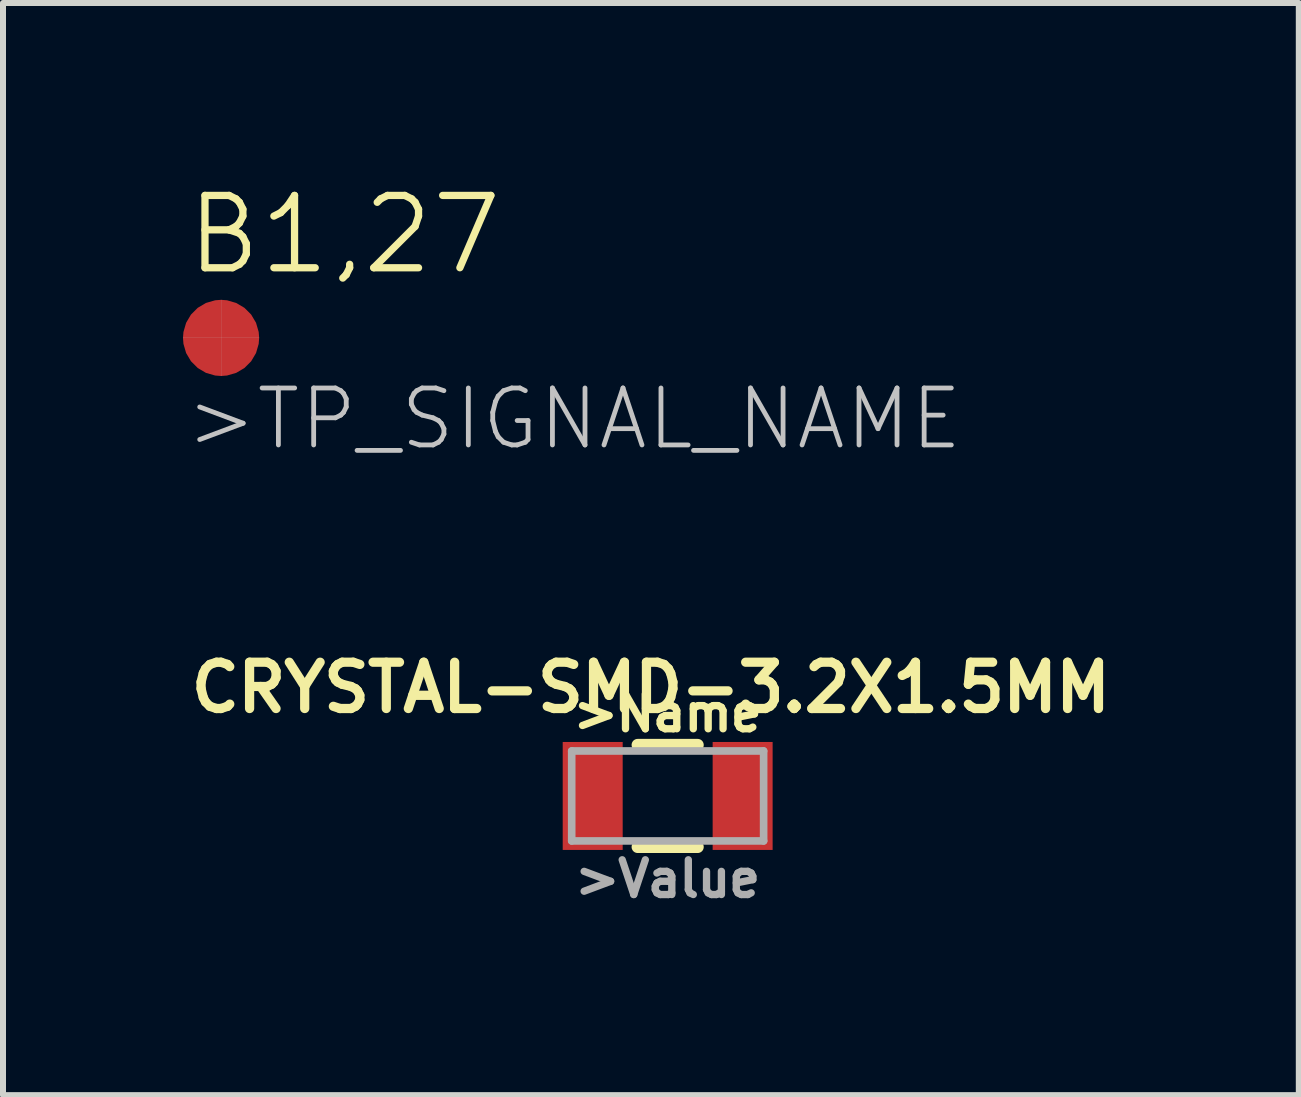
<source format=kicad_pcb>
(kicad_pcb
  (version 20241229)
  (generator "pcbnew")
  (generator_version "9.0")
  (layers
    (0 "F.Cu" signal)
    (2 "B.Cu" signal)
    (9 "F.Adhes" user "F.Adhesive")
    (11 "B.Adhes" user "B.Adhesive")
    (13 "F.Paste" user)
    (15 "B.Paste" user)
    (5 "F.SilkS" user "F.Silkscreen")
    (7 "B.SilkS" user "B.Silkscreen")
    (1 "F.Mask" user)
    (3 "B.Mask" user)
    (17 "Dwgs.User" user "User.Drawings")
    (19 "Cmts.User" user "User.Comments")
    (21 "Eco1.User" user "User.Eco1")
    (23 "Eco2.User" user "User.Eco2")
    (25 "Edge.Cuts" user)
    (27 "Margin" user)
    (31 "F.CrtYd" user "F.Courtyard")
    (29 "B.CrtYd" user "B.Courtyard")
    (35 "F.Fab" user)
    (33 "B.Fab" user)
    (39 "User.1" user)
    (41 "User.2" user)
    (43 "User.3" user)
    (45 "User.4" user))
  (footprint "B1,27"
    (layer "F.Cu")
    (at 0.636 2.584)
    (property "Reference" "B1,27" (at -0.635 -1.016 0) (layer "F.SilkS") (effects (font (size 1.206 1.206) (thickness 0.121)) (justify left bottom)))
    (attr through_hole)
    (fp_line (start -0.635 0) (end 0.635 0) (stroke (width 0.002) (type solid)) (layer "Dwgs.User"))
    (fp_line (start 0 -0.635) (end 0 0.635) (stroke (width 0.002) (type solid)) (layer "Dwgs.User"))
    (fp_text user ">TP_SIGNAL_NAME" (at -0.635 1.905 0) (layer "Dwgs.User") (effects (font (size 0.95 0.95) (thickness 0.08)) (justify left bottom)))
    (pad "TP" smd roundrect (at 0 0) (size 1.27 1.27) (layers "F.Cu" "F.Mask") (roundrect_rratio 0.5)))
  (footprint "CRYSTAL-SMD-3.2X1.5MM"
    (layer "F.Cu")
    (at 8.082 10.221)
    (property "Reference" "CRYSTAL-SMD-3.2X1.5MM" (at -0.28 -1.807 180) (layer "F.SilkS") (effects (font (size 0.772 0.772) (thickness 0.154))))
    (attr through_hole)
    (fp_line (start -0.5 -0.85) (end 0.5 -0.85) (stroke (width 0.203) (type solid)) (layer "F.SilkS"))
    (fp_line (start 0.5 0.85) (end -0.5 0.85) (stroke (width 0.203) (type solid)) (layer "F.SilkS"))
    (fp_line (start -1.6 -0.75) (end 1.6 -0.75) (stroke (width 0.127) (type solid)) (layer "F.Fab"))
    (fp_line (start -1.6 0.75) (end -1.6 -0.75) (stroke (width 0.127) (type solid)) (layer "F.Fab"))
    (fp_line (start 1.6 -0.75) (end 1.6 0.75) (stroke (width 0.127) (type solid)) (layer "F.Fab"))
    (fp_line (start 1.6 0.75) (end -1.6 0.75) (stroke (width 0.127) (type solid)) (layer "F.Fab"))
    (fp_text user ">Name" (at 0 -1.043 0) (layer "F.SilkS") (effects (font (size 0.579 0.579) (thickness 0.122)) (justify bottom)))
    (fp_text user ">Value" (at 0 1.043 0) (layer "F.Fab") (effects (font (size 0.579 0.579) (thickness 0.122)) (justify top)))
    (pad "P$1" smd rect (at -1.25 0) (size 1 1.8) (layers "F.Cu" "F.Mask" "F.Paste"))
    (pad "P$2" smd rect (at 1.25 0) (size 1 1.8) (layers "F.Cu" "F.Mask" "F.Paste")))
  (gr_rect
    (start -3 -3)
    (end 18.605 15.209)
    (stroke (width 0.1) (type default))
    (fill no)
    (layer "Edge.Cuts")))
</source>
